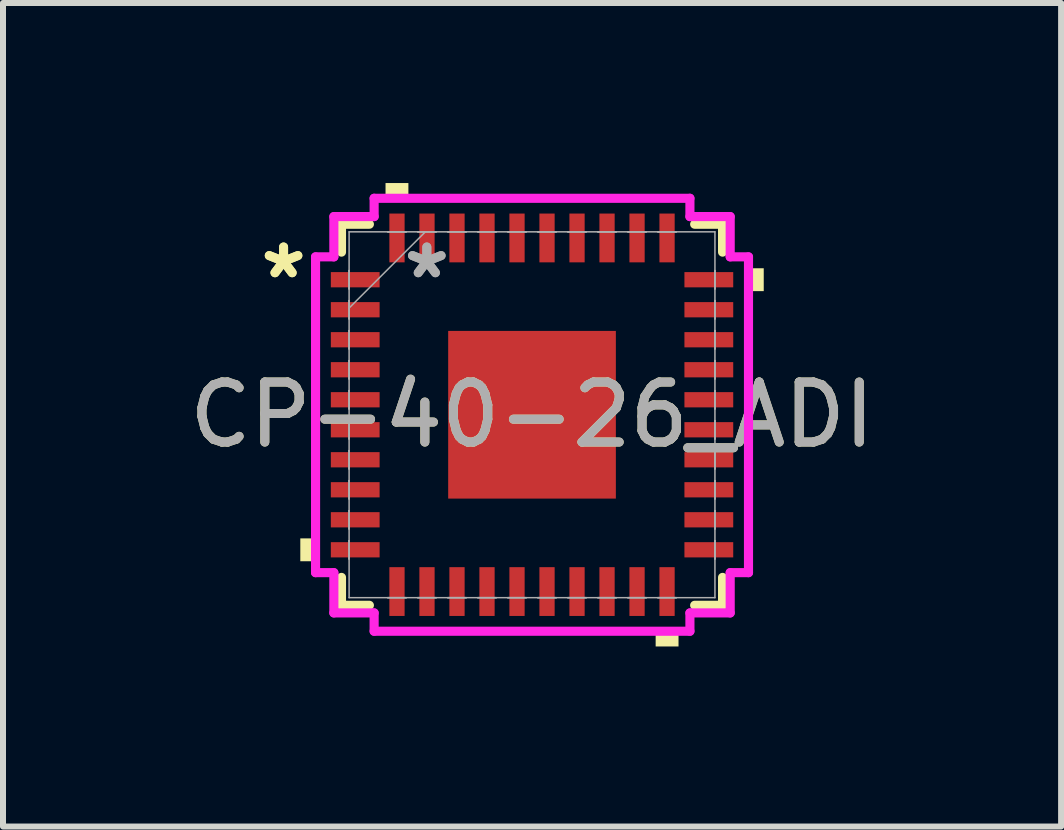
<source format=kicad_pcb>
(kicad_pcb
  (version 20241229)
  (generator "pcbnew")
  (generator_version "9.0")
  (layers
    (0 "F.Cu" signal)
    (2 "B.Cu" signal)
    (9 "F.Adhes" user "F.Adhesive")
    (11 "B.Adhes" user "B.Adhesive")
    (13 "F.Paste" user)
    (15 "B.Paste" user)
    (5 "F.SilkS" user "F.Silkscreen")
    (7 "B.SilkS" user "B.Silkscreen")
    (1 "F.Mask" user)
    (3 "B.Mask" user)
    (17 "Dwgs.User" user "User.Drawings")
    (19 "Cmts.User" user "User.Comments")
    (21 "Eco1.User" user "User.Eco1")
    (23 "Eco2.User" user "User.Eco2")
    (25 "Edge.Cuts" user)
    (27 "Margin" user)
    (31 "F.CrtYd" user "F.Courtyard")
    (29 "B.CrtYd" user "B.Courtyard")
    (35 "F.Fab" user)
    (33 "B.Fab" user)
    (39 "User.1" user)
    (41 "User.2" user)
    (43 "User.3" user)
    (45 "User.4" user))
  (footprint "CP-40-26_ADI"
    (layer "F.Cu")
    (at 5.815 3.861)
    (property "Reference" "CP-40-26_ADI" (at 0 0 0) (unlocked yes) (layer "F.SilkS") (effects (font (size 1 1) (thickness 0.15))))
    (attr smd)
    (fp_line (start -3.175 -3.175) (end -3.175 -2.71) (stroke (width 0.152) (type solid)) (layer "F.SilkS"))
    (fp_line (start -3.175 2.71) (end -3.175 3.175) (stroke (width 0.152) (type solid)) (layer "F.SilkS"))
    (fp_line (start -3.175 3.175) (end -2.71 3.175) (stroke (width 0.152) (type solid)) (layer "F.SilkS"))
    (fp_line (start -2.71 -3.175) (end -3.175 -3.175) (stroke (width 0.152) (type solid)) (layer "F.SilkS"))
    (fp_line (start 2.71 3.175) (end 3.175 3.175) (stroke (width 0.152) (type solid)) (layer "F.SilkS"))
    (fp_line (start 3.175 -3.175) (end 2.71 -3.175) (stroke (width 0.152) (type solid)) (layer "F.SilkS"))
    (fp_line (start 3.175 -2.71) (end 3.175 -3.175) (stroke (width 0.152) (type solid)) (layer "F.SilkS"))
    (fp_line (start 3.175 3.175) (end 3.175 2.71) (stroke (width 0.152) (type solid)) (layer "F.SilkS"))
    (fp_poly (pts (xy -3.861 2.06) (xy -3.861 2.441) (xy -3.607 2.441) (xy -3.607 2.06)) (stroke (width 0) (type solid)) (fill yes) (layer "F.SilkS"))
    (fp_poly (pts (xy -2.441 -3.607) (xy -2.441 -3.861) (xy -2.06 -3.861) (xy -2.06 -3.607)) (stroke (width 0) (type solid)) (fill yes) (layer "F.SilkS"))
    (fp_poly (pts (xy 2.06 3.607) (xy 2.06 3.861) (xy 2.441 3.861) (xy 2.441 3.607)) (stroke (width 0) (type solid)) (fill yes) (layer "F.SilkS"))
    (fp_poly (pts (xy 3.861 -2.441) (xy 3.861 -2.06) (xy 3.607 -2.06) (xy 3.607 -2.441)) (stroke (width 0) (type solid)) (fill yes) (layer "F.SilkS"))
    (fp_line (start -3.607 -2.631) (end -3.302 -2.631) (stroke (width 0.152) (type solid)) (layer "F.CrtYd"))
    (fp_line (start -3.607 2.631) (end -3.607 -2.631) (stroke (width 0.152) (type solid)) (layer "F.CrtYd"))
    (fp_line (start -3.302 -3.302) (end -2.631 -3.302) (stroke (width 0.152) (type solid)) (layer "F.CrtYd"))
    (fp_line (start -3.302 -2.631) (end -3.302 -3.302) (stroke (width 0.152) (type solid)) (layer "F.CrtYd"))
    (fp_line (start -3.302 2.631) (end -3.607 2.631) (stroke (width 0.152) (type solid)) (layer "F.CrtYd"))
    (fp_line (start -3.302 3.302) (end -3.302 2.631) (stroke (width 0.152) (type solid)) (layer "F.CrtYd"))
    (fp_line (start -2.631 -3.607) (end 2.631 -3.607) (stroke (width 0.152) (type solid)) (layer "F.CrtYd"))
    (fp_line (start -2.631 -3.302) (end -2.631 -3.607) (stroke (width 0.152) (type solid)) (layer "F.CrtYd"))
    (fp_line (start -2.631 3.302) (end -3.302 3.302) (stroke (width 0.152) (type solid)) (layer "F.CrtYd"))
    (fp_line (start -2.631 3.607) (end -2.631 3.302) (stroke (width 0.152) (type solid)) (layer "F.CrtYd"))
    (fp_line (start 2.631 -3.607) (end 2.631 -3.302) (stroke (width 0.152) (type solid)) (layer "F.CrtYd"))
    (fp_line (start 2.631 -3.302) (end 3.302 -3.302) (stroke (width 0.152) (type solid)) (layer "F.CrtYd"))
    (fp_line (start 2.631 3.302) (end 2.631 3.607) (stroke (width 0.152) (type solid)) (layer "F.CrtYd"))
    (fp_line (start 2.631 3.607) (end -2.631 3.607) (stroke (width 0.152) (type solid)) (layer "F.CrtYd"))
    (fp_line (start 3.302 -3.302) (end 3.302 -2.631) (stroke (width 0.152) (type solid)) (layer "F.CrtYd"))
    (fp_line (start 3.302 -2.631) (end 3.607 -2.631) (stroke (width 0.152) (type solid)) (layer "F.CrtYd"))
    (fp_line (start 3.302 2.631) (end 3.302 3.302) (stroke (width 0.152) (type solid)) (layer "F.CrtYd"))
    (fp_line (start 3.302 3.302) (end 2.631 3.302) (stroke (width 0.152) (type solid)) (layer "F.CrtYd"))
    (fp_line (start 3.607 -2.631) (end 3.607 2.631) (stroke (width 0.152) (type solid)) (layer "F.CrtYd"))
    (fp_line (start 3.607 2.631) (end 3.302 2.631) (stroke (width 0.152) (type solid)) (layer "F.CrtYd"))
    (fp_line (start -3.048 -3.048) (end -3.048 3.048) (stroke (width 0.025) (type solid)) (layer "F.Fab"))
    (fp_line (start -3.048 -2.402) (end -3.048 -2.402) (stroke (width 0.025) (type solid)) (layer "F.Fab"))
    (fp_line (start -3.048 -2.402) (end -3.048 -2.098) (stroke (width 0.025) (type solid)) (layer "F.Fab"))
    (fp_line (start -3.048 -2.098) (end -3.048 -2.402) (stroke (width 0.025) (type solid)) (layer "F.Fab"))
    (fp_line (start -3.048 -2.098) (end -3.048 -2.098) (stroke (width 0.025) (type solid)) (layer "F.Fab"))
    (fp_line (start -3.048 -1.902) (end -3.048 -1.902) (stroke (width 0.025) (type solid)) (layer "F.Fab"))
    (fp_line (start -3.048 -1.902) (end -3.048 -1.598) (stroke (width 0.025) (type solid)) (layer "F.Fab"))
    (fp_line (start -3.048 -1.778) (end -1.778 -3.048) (stroke (width 0.025) (type solid)) (layer "F.Fab"))
    (fp_line (start -3.048 -1.598) (end -3.048 -1.902) (stroke (width 0.025) (type solid)) (layer "F.Fab"))
    (fp_line (start -3.048 -1.598) (end -3.048 -1.598) (stroke (width 0.025) (type solid)) (layer "F.Fab"))
    (fp_line (start -3.048 -1.402) (end -3.048 -1.402) (stroke (width 0.025) (type solid)) (layer "F.Fab"))
    (fp_line (start -3.048 -1.402) (end -3.048 -1.098) (stroke (width 0.025) (type solid)) (layer "F.Fab"))
    (fp_line (start -3.048 -1.098) (end -3.048 -1.402) (stroke (width 0.025) (type solid)) (layer "F.Fab"))
    (fp_line (start -3.048 -1.098) (end -3.048 -1.098) (stroke (width 0.025) (type solid)) (layer "F.Fab"))
    (fp_line (start -3.048 -0.902) (end -3.048 -0.902) (stroke (width 0.025) (type solid)) (layer "F.Fab"))
    (fp_line (start -3.048 -0.902) (end -3.048 -0.598) (stroke (width 0.025) (type solid)) (layer "F.Fab"))
    (fp_line (start -3.048 -0.598) (end -3.048 -0.902) (stroke (width 0.025) (type solid)) (layer "F.Fab"))
    (fp_line (start -3.048 -0.598) (end -3.048 -0.598) (stroke (width 0.025) (type solid)) (layer "F.Fab"))
    (fp_line (start -3.048 -0.402) (end -3.048 -0.402) (stroke (width 0.025) (type solid)) (layer "F.Fab"))
    (fp_line (start -3.048 -0.402) (end -3.048 -0.098) (stroke (width 0.025) (type solid)) (layer "F.Fab"))
    (fp_line (start -3.048 -0.098) (end -3.048 -0.402) (stroke (width 0.025) (type solid)) (layer "F.Fab"))
    (fp_line (start -3.048 -0.098) (end -3.048 -0.098) (stroke (width 0.025) (type solid)) (layer "F.Fab"))
    (fp_line (start -3.048 0.098) (end -3.048 0.098) (stroke (width 0.025) (type solid)) (layer "F.Fab"))
    (fp_line (start -3.048 0.098) (end -3.048 0.402) (stroke (width 0.025) (type solid)) (layer "F.Fab"))
    (fp_line (start -3.048 0.402) (end -3.048 0.098) (stroke (width 0.025) (type solid)) (layer "F.Fab"))
    (fp_line (start -3.048 0.402) (end -3.048 0.402) (stroke (width 0.025) (type solid)) (layer "F.Fab"))
    (fp_line (start -3.048 0.598) (end -3.048 0.598) (stroke (width 0.025) (type solid)) (layer "F.Fab"))
    (fp_line (start -3.048 0.598) (end -3.048 0.902) (stroke (width 0.025) (type solid)) (layer "F.Fab"))
    (fp_line (start -3.048 0.902) (end -3.048 0.598) (stroke (width 0.025) (type solid)) (layer "F.Fab"))
    (fp_line (start -3.048 0.902) (end -3.048 0.902) (stroke (width 0.025) (type solid)) (layer "F.Fab"))
    (fp_line (start -3.048 1.098) (end -3.048 1.098) (stroke (width 0.025) (type solid)) (layer "F.Fab"))
    (fp_line (start -3.048 1.098) (end -3.048 1.402) (stroke (width 0.025) (type solid)) (layer "F.Fab"))
    (fp_line (start -3.048 1.402) (end -3.048 1.098) (stroke (width 0.025) (type solid)) (layer "F.Fab"))
    (fp_line (start -3.048 1.402) (end -3.048 1.402) (stroke (width 0.025) (type solid)) (layer "F.Fab"))
    (fp_line (start -3.048 1.598) (end -3.048 1.598) (stroke (width 0.025) (type solid)) (layer "F.Fab"))
    (fp_line (start -3.048 1.598) (end -3.048 1.902) (stroke (width 0.025) (type solid)) (layer "F.Fab"))
    (fp_line (start -3.048 1.902) (end -3.048 1.598) (stroke (width 0.025) (type solid)) (layer "F.Fab"))
    (fp_line (start -3.048 1.902) (end -3.048 1.902) (stroke (width 0.025) (type solid)) (layer "F.Fab"))
    (fp_line (start -3.048 2.098) (end -3.048 2.098) (stroke (width 0.025) (type solid)) (layer "F.Fab"))
    (fp_line (start -3.048 2.098) (end -3.048 2.402) (stroke (width 0.025) (type solid)) (layer "F.Fab"))
    (fp_line (start -3.048 2.402) (end -3.048 2.098) (stroke (width 0.025) (type solid)) (layer "F.Fab"))
    (fp_line (start -3.048 2.402) (end -3.048 2.402) (stroke (width 0.025) (type solid)) (layer "F.Fab"))
    (fp_line (start -3.048 3.048) (end 3.048 3.048) (stroke (width 0.025) (type solid)) (layer "F.Fab"))
    (fp_line (start -2.402 -3.048) (end -2.402 -3.048) (stroke (width 0.025) (type solid)) (layer "F.Fab"))
    (fp_line (start -2.402 -3.048) (end -2.098 -3.048) (stroke (width 0.025) (type solid)) (layer "F.Fab"))
    (fp_line (start -2.402 3.048) (end -2.402 3.048) (stroke (width 0.025) (type solid)) (layer "F.Fab"))
    (fp_line (start -2.402 3.048) (end -2.098 3.048) (stroke (width 0.025) (type solid)) (layer "F.Fab"))
    (fp_line (start -2.098 -3.048) (end -2.402 -3.048) (stroke (width 0.025) (type solid)) (layer "F.Fab"))
    (fp_line (start -2.098 -3.048) (end -2.098 -3.048) (stroke (width 0.025) (type solid)) (layer "F.Fab"))
    (fp_line (start -2.098 3.048) (end -2.402 3.048) (stroke (width 0.025) (type solid)) (layer "F.Fab"))
    (fp_line (start -2.098 3.048) (end -2.098 3.048) (stroke (width 0.025) (type solid)) (layer "F.Fab"))
    (fp_line (start -1.902 -3.048) (end -1.902 -3.048) (stroke (width 0.025) (type solid)) (layer "F.Fab"))
    (fp_line (start -1.902 -3.048) (end -1.598 -3.048) (stroke (width 0.025) (type solid)) (layer "F.Fab"))
    (fp_line (start -1.902 3.048) (end -1.902 3.048) (stroke (width 0.025) (type solid)) (layer "F.Fab"))
    (fp_line (start -1.902 3.048) (end -1.598 3.048) (stroke (width 0.025) (type solid)) (layer "F.Fab"))
    (fp_line (start -1.598 -3.048) (end -1.902 -3.048) (stroke (width 0.025) (type solid)) (layer "F.Fab"))
    (fp_line (start -1.598 -3.048) (end -1.598 -3.048) (stroke (width 0.025) (type solid)) (layer "F.Fab"))
    (fp_line (start -1.598 3.048) (end -1.902 3.048) (stroke (width 0.025) (type solid)) (layer "F.Fab"))
    (fp_line (start -1.598 3.048) (end -1.598 3.048) (stroke (width 0.025) (type solid)) (layer "F.Fab"))
    (fp_line (start -1.402 -3.048) (end -1.402 -3.048) (stroke (width 0.025) (type solid)) (layer "F.Fab"))
    (fp_line (start -1.402 -3.048) (end -1.098 -3.048) (stroke (width 0.025) (type solid)) (layer "F.Fab"))
    (fp_line (start -1.402 3.048) (end -1.402 3.048) (stroke (width 0.025) (type solid)) (layer "F.Fab"))
    (fp_line (start -1.402 3.048) (end -1.098 3.048) (stroke (width 0.025) (type solid)) (layer "F.Fab"))
    (fp_line (start -1.098 -3.048) (end -1.402 -3.048) (stroke (width 0.025) (type solid)) (layer "F.Fab"))
    (fp_line (start -1.098 -3.048) (end -1.098 -3.048) (stroke (width 0.025) (type solid)) (layer "F.Fab"))
    (fp_line (start -1.098 3.048) (end -1.402 3.048) (stroke (width 0.025) (type solid)) (layer "F.Fab"))
    (fp_line (start -1.098 3.048) (end -1.098 3.048) (stroke (width 0.025) (type solid)) (layer "F.Fab"))
    (fp_line (start -0.902 -3.048) (end -0.902 -3.048) (stroke (width 0.025) (type solid)) (layer "F.Fab"))
    (fp_line (start -0.902 -3.048) (end -0.598 -3.048) (stroke (width 0.025) (type solid)) (layer "F.Fab"))
    (fp_line (start -0.902 3.048) (end -0.902 3.048) (stroke (width 0.025) (type solid)) (layer "F.Fab"))
    (fp_line (start -0.902 3.048) (end -0.598 3.048) (stroke (width 0.025) (type solid)) (layer "F.Fab"))
    (fp_line (start -0.598 -3.048) (end -0.902 -3.048) (stroke (width 0.025) (type solid)) (layer "F.Fab"))
    (fp_line (start -0.598 -3.048) (end -0.598 -3.048) (stroke (width 0.025) (type solid)) (layer "F.Fab"))
    (fp_line (start -0.598 3.048) (end -0.902 3.048) (stroke (width 0.025) (type solid)) (layer "F.Fab"))
    (fp_line (start -0.598 3.048) (end -0.598 3.048) (stroke (width 0.025) (type solid)) (layer "F.Fab"))
    (fp_line (start -0.402 -3.048) (end -0.402 -3.048) (stroke (width 0.025) (type solid)) (layer "F.Fab"))
    (fp_line (start -0.402 -3.048) (end -0.098 -3.048) (stroke (width 0.025) (type solid)) (layer "F.Fab"))
    (fp_line (start -0.402 3.048) (end -0.402 3.048) (stroke (width 0.025) (type solid)) (layer "F.Fab"))
    (fp_line (start -0.402 3.048) (end -0.098 3.048) (stroke (width 0.025) (type solid)) (layer "F.Fab"))
    (fp_line (start -0.098 -3.048) (end -0.402 -3.048) (stroke (width 0.025) (type solid)) (layer "F.Fab"))
    (fp_line (start -0.098 -3.048) (end -0.098 -3.048) (stroke (width 0.025) (type solid)) (layer "F.Fab"))
    (fp_line (start -0.098 3.048) (end -0.402 3.048) (stroke (width 0.025) (type solid)) (layer "F.Fab"))
    (fp_line (start -0.098 3.048) (end -0.098 3.048) (stroke (width 0.025) (type solid)) (layer "F.Fab"))
    (fp_line (start 0.098 -3.048) (end 0.098 -3.048) (stroke (width 0.025) (type solid)) (layer "F.Fab"))
    (fp_line (start 0.098 -3.048) (end 0.402 -3.048) (stroke (width 0.025) (type solid)) (layer "F.Fab"))
    (fp_line (start 0.098 3.048) (end 0.098 3.048) (stroke (width 0.025) (type solid)) (layer "F.Fab"))
    (fp_line (start 0.098 3.048) (end 0.402 3.048) (stroke (width 0.025) (type solid)) (layer "F.Fab"))
    (fp_line (start 0.402 -3.048) (end 0.098 -3.048) (stroke (width 0.025) (type solid)) (layer "F.Fab"))
    (fp_line (start 0.402 -3.048) (end 0.402 -3.048) (stroke (width 0.025) (type solid)) (layer "F.Fab"))
    (fp_line (start 0.402 3.048) (end 0.098 3.048) (stroke (width 0.025) (type solid)) (layer "F.Fab"))
    (fp_line (start 0.402 3.048) (end 0.402 3.048) (stroke (width 0.025) (type solid)) (layer "F.Fab"))
    (fp_line (start 0.598 -3.048) (end 0.598 -3.048) (stroke (width 0.025) (type solid)) (layer "F.Fab"))
    (fp_line (start 0.598 -3.048) (end 0.902 -3.048) (stroke (width 0.025) (type solid)) (layer "F.Fab"))
    (fp_line (start 0.598 3.048) (end 0.598 3.048) (stroke (width 0.025) (type solid)) (layer "F.Fab"))
    (fp_line (start 0.598 3.048) (end 0.902 3.048) (stroke (width 0.025) (type solid)) (layer "F.Fab"))
    (fp_line (start 0.902 -3.048) (end 0.598 -3.048) (stroke (width 0.025) (type solid)) (layer "F.Fab"))
    (fp_line (start 0.902 -3.048) (end 0.902 -3.048) (stroke (width 0.025) (type solid)) (layer "F.Fab"))
    (fp_line (start 0.902 3.048) (end 0.598 3.048) (stroke (width 0.025) (type solid)) (layer "F.Fab"))
    (fp_line (start 0.902 3.048) (end 0.902 3.048) (stroke (width 0.025) (type solid)) (layer "F.Fab"))
    (fp_line (start 1.098 -3.048) (end 1.098 -3.048) (stroke (width 0.025) (type solid)) (layer "F.Fab"))
    (fp_line (start 1.098 -3.048) (end 1.402 -3.048) (stroke (width 0.025) (type solid)) (layer "F.Fab"))
    (fp_line (start 1.098 3.048) (end 1.098 3.048) (stroke (width 0.025) (type solid)) (layer "F.Fab"))
    (fp_line (start 1.098 3.048) (end 1.402 3.048) (stroke (width 0.025) (type solid)) (layer "F.Fab"))
    (fp_line (start 1.402 -3.048) (end 1.098 -3.048) (stroke (width 0.025) (type solid)) (layer "F.Fab"))
    (fp_line (start 1.402 -3.048) (end 1.402 -3.048) (stroke (width 0.025) (type solid)) (layer "F.Fab"))
    (fp_line (start 1.402 3.048) (end 1.098 3.048) (stroke (width 0.025) (type solid)) (layer "F.Fab"))
    (fp_line (start 1.402 3.048) (end 1.402 3.048) (stroke (width 0.025) (type solid)) (layer "F.Fab"))
    (fp_line (start 1.598 -3.048) (end 1.598 -3.048) (stroke (width 0.025) (type solid)) (layer "F.Fab"))
    (fp_line (start 1.598 -3.048) (end 1.902 -3.048) (stroke (width 0.025) (type solid)) (layer "F.Fab"))
    (fp_line (start 1.598 3.048) (end 1.598 3.048) (stroke (width 0.025) (type solid)) (layer "F.Fab"))
    (fp_line (start 1.598 3.048) (end 1.902 3.048) (stroke (width 0.025) (type solid)) (layer "F.Fab"))
    (fp_line (start 1.902 -3.048) (end 1.598 -3.048) (stroke (width 0.025) (type solid)) (layer "F.Fab"))
    (fp_line (start 1.902 -3.048) (end 1.902 -3.048) (stroke (width 0.025) (type solid)) (layer "F.Fab"))
    (fp_line (start 1.902 3.048) (end 1.598 3.048) (stroke (width 0.025) (type solid)) (layer "F.Fab"))
    (fp_line (start 1.902 3.048) (end 1.902 3.048) (stroke (width 0.025) (type solid)) (layer "F.Fab"))
    (fp_line (start 2.098 -3.048) (end 2.098 -3.048) (stroke (width 0.025) (type solid)) (layer "F.Fab"))
    (fp_line (start 2.098 -3.048) (end 2.402 -3.048) (stroke (width 0.025) (type solid)) (layer "F.Fab"))
    (fp_line (start 2.098 3.048) (end 2.098 3.048) (stroke (width 0.025) (type solid)) (layer "F.Fab"))
    (fp_line (start 2.098 3.048) (end 2.402 3.048) (stroke (width 0.025) (type solid)) (layer "F.Fab"))
    (fp_line (start 2.402 -3.048) (end 2.098 -3.048) (stroke (width 0.025) (type solid)) (layer "F.Fab"))
    (fp_line (start 2.402 -3.048) (end 2.402 -3.048) (stroke (width 0.025) (type solid)) (layer "F.Fab"))
    (fp_line (start 2.402 3.048) (end 2.098 3.048) (stroke (width 0.025) (type solid)) (layer "F.Fab"))
    (fp_line (start 2.402 3.048) (end 2.402 3.048) (stroke (width 0.025) (type solid)) (layer "F.Fab"))
    (fp_line (start 3.048 -3.048) (end -3.048 -3.048) (stroke (width 0.025) (type solid)) (layer "F.Fab"))
    (fp_line (start 3.048 -2.402) (end 3.048 -2.402) (stroke (width 0.025) (type solid)) (layer "F.Fab"))
    (fp_line (start 3.048 -2.402) (end 3.048 -2.098) (stroke (width 0.025) (type solid)) (layer "F.Fab"))
    (fp_line (start 3.048 -2.098) (end 3.048 -2.402) (stroke (width 0.025) (type solid)) (layer "F.Fab"))
    (fp_line (start 3.048 -2.098) (end 3.048 -2.098) (stroke (width 0.025) (type solid)) (layer "F.Fab"))
    (fp_line (start 3.048 -1.902) (end 3.048 -1.902) (stroke (width 0.025) (type solid)) (layer "F.Fab"))
    (fp_line (start 3.048 -1.902) (end 3.048 -1.598) (stroke (width 0.025) (type solid)) (layer "F.Fab"))
    (fp_line (start 3.048 -1.598) (end 3.048 -1.902) (stroke (width 0.025) (type solid)) (layer "F.Fab"))
    (fp_line (start 3.048 -1.598) (end 3.048 -1.598) (stroke (width 0.025) (type solid)) (layer "F.Fab"))
    (fp_line (start 3.048 -1.402) (end 3.048 -1.402) (stroke (width 0.025) (type solid)) (layer "F.Fab"))
    (fp_line (start 3.048 -1.402) (end 3.048 -1.098) (stroke (width 0.025) (type solid)) (layer "F.Fab"))
    (fp_line (start 3.048 -1.098) (end 3.048 -1.402) (stroke (width 0.025) (type solid)) (layer "F.Fab"))
    (fp_line (start 3.048 -1.098) (end 3.048 -1.098) (stroke (width 0.025) (type solid)) (layer "F.Fab"))
    (fp_line (start 3.048 -0.902) (end 3.048 -0.902) (stroke (width 0.025) (type solid)) (layer "F.Fab"))
    (fp_line (start 3.048 -0.902) (end 3.048 -0.598) (stroke (width 0.025) (type solid)) (layer "F.Fab"))
    (fp_line (start 3.048 -0.598) (end 3.048 -0.902) (stroke (width 0.025) (type solid)) (layer "F.Fab"))
    (fp_line (start 3.048 -0.598) (end 3.048 -0.598) (stroke (width 0.025) (type solid)) (layer "F.Fab"))
    (fp_line (start 3.048 -0.402) (end 3.048 -0.402) (stroke (width 0.025) (type solid)) (layer "F.Fab"))
    (fp_line (start 3.048 -0.402) (end 3.048 -0.098) (stroke (width 0.025) (type solid)) (layer "F.Fab"))
    (fp_line (start 3.048 -0.098) (end 3.048 -0.402) (stroke (width 0.025) (type solid)) (layer "F.Fab"))
    (fp_line (start 3.048 -0.098) (end 3.048 -0.098) (stroke (width 0.025) (type solid)) (layer "F.Fab"))
    (fp_line (start 3.048 0.098) (end 3.048 0.098) (stroke (width 0.025) (type solid)) (layer "F.Fab"))
    (fp_line (start 3.048 0.098) (end 3.048 0.402) (stroke (width 0.025) (type solid)) (layer "F.Fab"))
    (fp_line (start 3.048 0.402) (end 3.048 0.098) (stroke (width 0.025) (type solid)) (layer "F.Fab"))
    (fp_line (start 3.048 0.402) (end 3.048 0.402) (stroke (width 0.025) (type solid)) (layer "F.Fab"))
    (fp_line (start 3.048 0.598) (end 3.048 0.598) (stroke (width 0.025) (type solid)) (layer "F.Fab"))
    (fp_line (start 3.048 0.598) (end 3.048 0.902) (stroke (width 0.025) (type solid)) (layer "F.Fab"))
    (fp_line (start 3.048 0.902) (end 3.048 0.598) (stroke (width 0.025) (type solid)) (layer "F.Fab"))
    (fp_line (start 3.048 0.902) (end 3.048 0.902) (stroke (width 0.025) (type solid)) (layer "F.Fab"))
    (fp_line (start 3.048 1.098) (end 3.048 1.098) (stroke (width 0.025) (type solid)) (layer "F.Fab"))
    (fp_line (start 3.048 1.098) (end 3.048 1.402) (stroke (width 0.025) (type solid)) (layer "F.Fab"))
    (fp_line (start 3.048 1.402) (end 3.048 1.098) (stroke (width 0.025) (type solid)) (layer "F.Fab"))
    (fp_line (start 3.048 1.402) (end 3.048 1.402) (stroke (width 0.025) (type solid)) (layer "F.Fab"))
    (fp_line (start 3.048 1.598) (end 3.048 1.598) (stroke (width 0.025) (type solid)) (layer "F.Fab"))
    (fp_line (start 3.048 1.598) (end 3.048 1.902) (stroke (width 0.025) (type solid)) (layer "F.Fab"))
    (fp_line (start 3.048 1.902) (end 3.048 1.598) (stroke (width 0.025) (type solid)) (layer "F.Fab"))
    (fp_line (start 3.048 1.902) (end 3.048 1.902) (stroke (width 0.025) (type solid)) (layer "F.Fab"))
    (fp_line (start 3.048 2.098) (end 3.048 2.098) (stroke (width 0.025) (type solid)) (layer "F.Fab"))
    (fp_line (start 3.048 2.098) (end 3.048 2.402) (stroke (width 0.025) (type solid)) (layer "F.Fab"))
    (fp_line (start 3.048 2.402) (end 3.048 2.098) (stroke (width 0.025) (type solid)) (layer "F.Fab"))
    (fp_line (start 3.048 2.402) (end 3.048 2.402) (stroke (width 0.025) (type solid)) (layer "F.Fab"))
    (fp_line (start 3.048 3.048) (end 3.048 -3.048) (stroke (width 0.025) (type solid)) (layer "F.Fab"))
    (fp_text user "*" (at -4.14 -2.25 0) (unlocked yes) (layer "F.SilkS") (effects (font (size 1 1) (thickness 0.15))))
    (fp_text user "*" (at -4.14 -2.25 0) (layer "F.SilkS") (effects (font (size 1 1) (thickness 0.15))))
    (fp_text user "*" (at -1.753 -2.25 0) (layer "F.Fab") (effects (font (size 1 1) (thickness 0.15))))
    (fp_text user "*" (at -1.753 -2.25 0) (unlocked yes) (layer "F.Fab") (effects (font (size 1 1) (thickness 0.15))))
    (fp_text user "${REFERENCE}" (at 0 0 0) (unlocked yes) (layer "F.Fab") (effects (font (size 1 1) (thickness 0.15))))
    (pad "1" smd rect (at -2.946 -2.25 90) (size 0.254 0.813) (layers "F.Cu" "F.Mask" "F.Paste"))
    (pad "2" smd rect (at -2.946 -1.75 90) (size 0.254 0.813) (layers "F.Cu" "F.Mask" "F.Paste"))
    (pad "3" smd rect (at -2.946 -1.25 90) (size 0.254 0.813) (layers "F.Cu" "F.Mask" "F.Paste"))
    (pad "4" smd rect (at -2.946 -0.75 90) (size 0.254 0.813) (layers "F.Cu" "F.Mask" "F.Paste"))
    (pad "5" smd rect (at -2.946 -0.25 90) (size 0.254 0.813) (layers "F.Cu" "F.Mask" "F.Paste"))
    (pad "6" smd rect (at -2.946 0.25 90) (size 0.254 0.813) (layers "F.Cu" "F.Mask" "F.Paste"))
    (pad "7" smd rect (at -2.946 0.75 90) (size 0.254 0.813) (layers "F.Cu" "F.Mask" "F.Paste"))
    (pad "8" smd rect (at -2.946 1.25 90) (size 0.254 0.813) (layers "F.Cu" "F.Mask" "F.Paste"))
    (pad "9" smd rect (at -2.946 1.75 90) (size 0.254 0.813) (layers "F.Cu" "F.Mask" "F.Paste"))
    (pad "10" smd rect (at -2.946 2.25 90) (size 0.254 0.813) (layers "F.Cu" "F.Mask" "F.Paste"))
    (pad "11" smd rect (at -2.25 2.946) (size 0.254 0.813) (layers "F.Cu" "F.Mask" "F.Paste"))
    (pad "12" smd rect (at -1.75 2.946) (size 0.254 0.813) (layers "F.Cu" "F.Mask" "F.Paste"))
    (pad "13" smd rect (at -1.25 2.946) (size 0.254 0.813) (layers "F.Cu" "F.Mask" "F.Paste"))
    (pad "14" smd rect (at -0.75 2.946) (size 0.254 0.813) (layers "F.Cu" "F.Mask" "F.Paste"))
    (pad "15" smd rect (at -0.25 2.946) (size 0.254 0.813) (layers "F.Cu" "F.Mask" "F.Paste"))
    (pad "16" smd rect (at 0.25 2.946) (size 0.254 0.813) (layers "F.Cu" "F.Mask" "F.Paste"))
    (pad "17" smd rect (at 0.75 2.946) (size 0.254 0.813) (layers "F.Cu" "F.Mask" "F.Paste"))
    (pad "18" smd rect (at 1.25 2.946) (size 0.254 0.813) (layers "F.Cu" "F.Mask" "F.Paste"))
    (pad "19" smd rect (at 1.75 2.946) (size 0.254 0.813) (layers "F.Cu" "F.Mask" "F.Paste"))
    (pad "20" smd rect (at 2.25 2.946) (size 0.254 0.813) (layers "F.Cu" "F.Mask" "F.Paste"))
    (pad "21" smd rect (at 2.946 2.25 90) (size 0.254 0.813) (layers "F.Cu" "F.Mask" "F.Paste"))
    (pad "22" smd rect (at 2.946 1.75 90) (size 0.254 0.813) (layers "F.Cu" "F.Mask" "F.Paste"))
    (pad "23" smd rect (at 2.946 1.25 90) (size 0.254 0.813) (layers "F.Cu" "F.Mask" "F.Paste"))
    (pad "24" smd rect (at 2.946 0.75 90) (size 0.254 0.813) (layers "F.Cu" "F.Mask" "F.Paste"))
    (pad "25" smd rect (at 2.946 0.25 90) (size 0.254 0.813) (layers "F.Cu" "F.Mask" "F.Paste"))
    (pad "26" smd rect (at 2.946 -0.25 90) (size 0.254 0.813) (layers "F.Cu" "F.Mask" "F.Paste"))
    (pad "27" smd rect (at 2.946 -0.75 90) (size 0.254 0.813) (layers "F.Cu" "F.Mask" "F.Paste"))
    (pad "28" smd rect (at 2.946 -1.25 90) (size 0.254 0.813) (layers "F.Cu" "F.Mask" "F.Paste"))
    (pad "29" smd rect (at 2.946 -1.75 90) (size 0.254 0.813) (layers "F.Cu" "F.Mask" "F.Paste"))
    (pad "30" smd rect (at 2.946 -2.25 90) (size 0.254 0.813) (layers "F.Cu" "F.Mask" "F.Paste"))
    (pad "31" smd rect (at 2.25 -2.946) (size 0.254 0.813) (layers "F.Cu" "F.Mask" "F.Paste"))
    (pad "32" smd rect (at 1.75 -2.946) (size 0.254 0.813) (layers "F.Cu" "F.Mask" "F.Paste"))
    (pad "33" smd rect (at 1.25 -2.946) (size 0.254 0.813) (layers "F.Cu" "F.Mask" "F.Paste"))
    (pad "34" smd rect (at 0.75 -2.946) (size 0.254 0.813) (layers "F.Cu" "F.Mask" "F.Paste"))
    (pad "35" smd rect (at 0.25 -2.946) (size 0.254 0.813) (layers "F.Cu" "F.Mask" "F.Paste"))
    (pad "36" smd rect (at -0.25 -2.946) (size 0.254 0.813) (layers "F.Cu" "F.Mask" "F.Paste"))
    (pad "37" smd rect (at -0.75 -2.946) (size 0.254 0.813) (layers "F.Cu" "F.Mask" "F.Paste"))
    (pad "38" smd rect (at -1.25 -2.946) (size 0.254 0.813) (layers "F.Cu" "F.Mask" "F.Paste"))
    (pad "39" smd rect (at -1.75 -2.946) (size 0.254 0.813) (layers "F.Cu" "F.Mask" "F.Paste"))
    (pad "40" smd rect (at -2.25 -2.946) (size 0.254 0.813) (layers "F.Cu" "F.Mask" "F.Paste"))
    (pad "41" smd rect (at 0 0) (size 2.794 2.794) (layers "F.Cu" "F.Mask" "F.Paste"))
    (zone (net_name "") (layer "F.Cu") (hatch full 0.508) (connect_pads) (min_thickness 0.254) (filled_areas_thickness no) (keepout (tracks not_allowed) (vias not_allowed) (pads allowed) (copperpour not_allowed) (footprints allowed)) (placement (enabled no)) (fill) (polygon (pts (xy 7.2 1.946) (xy 4.43 1.946) (xy 4.43 2.086) (xy 7.2 2.086))))
    (zone (net_name "") (layer "F.Cu") (hatch full 0.508) (connect_pads) (min_thickness 0.254) (filled_areas_thickness no) (keepout (tracks not_allowed) (vias not_allowed) (pads allowed) (copperpour not_allowed) (footprints allowed)) (placement (enabled no)) (fill) (polygon (pts (xy 7.2 5.636) (xy 4.43 5.636) (xy 4.43 5.776) (xy 7.2 5.776)))))
  (gr_rect
    (start -3 -3)
    (end 14.631 10.722)
    (stroke (width 0.1) (type default))
    (fill no)
    (layer "Edge.Cuts")))
</source>
